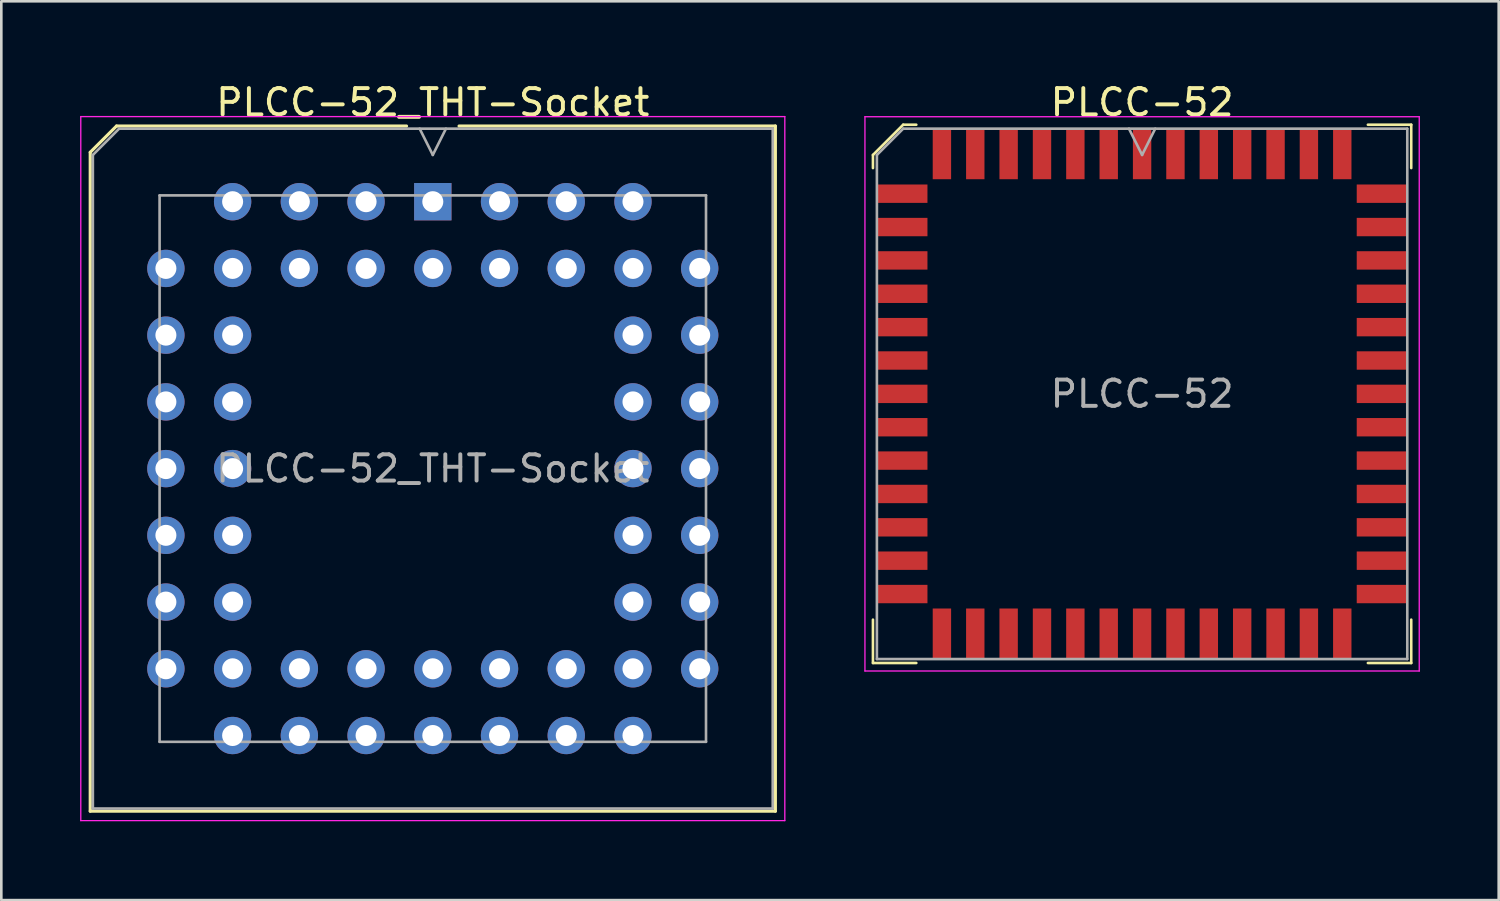
<source format=kicad_pcb>
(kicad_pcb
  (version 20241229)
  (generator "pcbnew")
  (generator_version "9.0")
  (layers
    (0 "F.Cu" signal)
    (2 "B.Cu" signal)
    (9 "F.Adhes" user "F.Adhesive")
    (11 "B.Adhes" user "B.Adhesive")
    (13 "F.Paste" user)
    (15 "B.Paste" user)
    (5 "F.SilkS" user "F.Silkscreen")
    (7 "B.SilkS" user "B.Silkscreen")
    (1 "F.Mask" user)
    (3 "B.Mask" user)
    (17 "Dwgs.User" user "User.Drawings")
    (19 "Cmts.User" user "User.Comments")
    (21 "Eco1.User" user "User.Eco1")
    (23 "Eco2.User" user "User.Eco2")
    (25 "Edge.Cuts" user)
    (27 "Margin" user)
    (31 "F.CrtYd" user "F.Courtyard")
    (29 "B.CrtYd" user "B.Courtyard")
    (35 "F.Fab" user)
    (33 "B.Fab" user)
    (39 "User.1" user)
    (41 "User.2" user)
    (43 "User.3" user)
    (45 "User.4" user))
  (footprint "PLCC-52"
    (layer "F.Cu")
    (at 40.425 11.943)
    (property "Reference" "PLCC-52" (at 0 -11.095 0) (layer "F.SilkS") (effects (font (size 1 1) (thickness 0.15))))
    (attr smd)
    (fp_line (start -10.245 -9.095) (end -10.245 -8.595) (stroke (width 0.1) (type solid)) (layer "F.SilkS"))
    (fp_line (start -10.245 10.245) (end -10.245 8.595) (stroke (width 0.1) (type solid)) (layer "F.SilkS"))
    (fp_line (start -9.095 -10.245) (end -10.245 -9.095) (stroke (width 0.1) (type solid)) (layer "F.SilkS"))
    (fp_line (start -8.595 -10.245) (end -9.095 -10.245) (stroke (width 0.1) (type solid)) (layer "F.SilkS"))
    (fp_line (start -8.595 10.245) (end -10.245 10.245) (stroke (width 0.1) (type solid)) (layer "F.SilkS"))
    (fp_line (start 8.595 -10.245) (end 10.245 -10.245) (stroke (width 0.1) (type solid)) (layer "F.SilkS"))
    (fp_line (start 8.595 10.245) (end 10.245 10.245) (stroke (width 0.1) (type solid)) (layer "F.SilkS"))
    (fp_line (start 10.245 -10.245) (end 10.245 -8.595) (stroke (width 0.1) (type solid)) (layer "F.SilkS"))
    (fp_line (start 10.245 10.245) (end 10.245 8.595) (stroke (width 0.1) (type solid)) (layer "F.SilkS"))
    (fp_line (start -10.55 -10.55) (end -10.55 10.55) (stroke (width 0.05) (type solid)) (layer "F.CrtYd"))
    (fp_line (start -10.55 10.55) (end 10.55 10.55) (stroke (width 0.05) (type solid)) (layer "F.CrtYd"))
    (fp_line (start 10.55 -10.55) (end -10.55 -10.55) (stroke (width 0.05) (type solid)) (layer "F.CrtYd"))
    (fp_line (start 10.55 10.55) (end 10.55 -10.55) (stroke (width 0.05) (type solid)) (layer "F.CrtYd"))
    (fp_line (start -10.095 -9.095) (end -10.095 10.095) (stroke (width 0.1) (type solid)) (layer "F.Fab"))
    (fp_line (start -10.095 10.095) (end 10.095 10.095) (stroke (width 0.1) (type solid)) (layer "F.Fab"))
    (fp_line (start -9.095 -10.095) (end -10.095 -9.095) (stroke (width 0.1) (type solid)) (layer "F.Fab"))
    (fp_line (start -0.5 -10.095) (end 0 -9.095) (stroke (width 0.1) (type solid)) (layer "F.Fab"))
    (fp_line (start 0 -9.095) (end 0.5 -10.095) (stroke (width 0.1) (type solid)) (layer "F.Fab"))
    (fp_line (start 10.095 -10.095) (end -9.095 -10.095) (stroke (width 0.1) (type solid)) (layer "F.Fab"))
    (fp_line (start 10.095 10.095) (end 10.095 -10.095) (stroke (width 0.1) (type solid)) (layer "F.Fab"))
    (fp_text user "${REFERENCE}" (at 0 0 0) (layer "F.Fab") (effects (font (size 1 1) (thickness 0.15))))
    (pad "1" smd rect (at 0 -9.133) (size 0.7 1.925) (layers "F.Cu" "F.Mask" "F.Paste"))
    (pad "2" smd rect (at -1.27 -9.133) (size 0.7 1.925) (layers "F.Cu" "F.Mask" "F.Paste"))
    (pad "3" smd rect (at -2.54 -9.133) (size 0.7 1.925) (layers "F.Cu" "F.Mask" "F.Paste"))
    (pad "4" smd rect (at -3.81 -9.133) (size 0.7 1.925) (layers "F.Cu" "F.Mask" "F.Paste"))
    (pad "5" smd rect (at -5.08 -9.133) (size 0.7 1.925) (layers "F.Cu" "F.Mask" "F.Paste"))
    (pad "6" smd rect (at -6.35 -9.133) (size 0.7 1.925) (layers "F.Cu" "F.Mask" "F.Paste"))
    (pad "7" smd rect (at -7.62 -9.133) (size 0.7 1.925) (layers "F.Cu" "F.Mask" "F.Paste"))
    (pad "8" smd rect (at -9.133 -7.62) (size 1.925 0.7) (layers "F.Cu" "F.Mask" "F.Paste"))
    (pad "9" smd rect (at -9.133 -6.35) (size 1.925 0.7) (layers "F.Cu" "F.Mask" "F.Paste"))
    (pad "10" smd rect (at -9.133 -5.08) (size 1.925 0.7) (layers "F.Cu" "F.Mask" "F.Paste"))
    (pad "11" smd rect (at -9.133 -3.81) (size 1.925 0.7) (layers "F.Cu" "F.Mask" "F.Paste"))
    (pad "12" smd rect (at -9.133 -2.54) (size 1.925 0.7) (layers "F.Cu" "F.Mask" "F.Paste"))
    (pad "13" smd rect (at -9.133 -1.27) (size 1.925 0.7) (layers "F.Cu" "F.Mask" "F.Paste"))
    (pad "14" smd rect (at -9.133 0) (size 1.925 0.7) (layers "F.Cu" "F.Mask" "F.Paste"))
    (pad "15" smd rect (at -9.133 1.27) (size 1.925 0.7) (layers "F.Cu" "F.Mask" "F.Paste"))
    (pad "16" smd rect (at -9.133 2.54) (size 1.925 0.7) (layers "F.Cu" "F.Mask" "F.Paste"))
    (pad "17" smd rect (at -9.133 3.81) (size 1.925 0.7) (layers "F.Cu" "F.Mask" "F.Paste"))
    (pad "18" smd rect (at -9.133 5.08) (size 1.925 0.7) (layers "F.Cu" "F.Mask" "F.Paste"))
    (pad "19" smd rect (at -9.133 6.35) (size 1.925 0.7) (layers "F.Cu" "F.Mask" "F.Paste"))
    (pad "20" smd rect (at -9.133 7.62) (size 1.925 0.7) (layers "F.Cu" "F.Mask" "F.Paste"))
    (pad "21" smd rect (at -7.62 9.133) (size 0.7 1.925) (layers "F.Cu" "F.Mask" "F.Paste"))
    (pad "22" smd rect (at -6.35 9.133) (size 0.7 1.925) (layers "F.Cu" "F.Mask" "F.Paste"))
    (pad "23" smd rect (at -5.08 9.133) (size 0.7 1.925) (layers "F.Cu" "F.Mask" "F.Paste"))
    (pad "24" smd rect (at -3.81 9.133) (size 0.7 1.925) (layers "F.Cu" "F.Mask" "F.Paste"))
    (pad "25" smd rect (at -2.54 9.133) (size 0.7 1.925) (layers "F.Cu" "F.Mask" "F.Paste"))
    (pad "26" smd rect (at -1.27 9.133) (size 0.7 1.925) (layers "F.Cu" "F.Mask" "F.Paste"))
    (pad "27" smd rect (at 0 9.133) (size 0.7 1.925) (layers "F.Cu" "F.Mask" "F.Paste"))
    (pad "28" smd rect (at 1.27 9.133) (size 0.7 1.925) (layers "F.Cu" "F.Mask" "F.Paste"))
    (pad "29" smd rect (at 2.54 9.133) (size 0.7 1.925) (layers "F.Cu" "F.Mask" "F.Paste"))
    (pad "30" smd rect (at 3.81 9.133) (size 0.7 1.925) (layers "F.Cu" "F.Mask" "F.Paste"))
    (pad "31" smd rect (at 5.08 9.133) (size 0.7 1.925) (layers "F.Cu" "F.Mask" "F.Paste"))
    (pad "32" smd rect (at 6.35 9.133) (size 0.7 1.925) (layers "F.Cu" "F.Mask" "F.Paste"))
    (pad "33" smd rect (at 7.62 9.133) (size 0.7 1.925) (layers "F.Cu" "F.Mask" "F.Paste"))
    (pad "34" smd rect (at 9.133 7.62) (size 1.925 0.7) (layers "F.Cu" "F.Mask" "F.Paste"))
    (pad "35" smd rect (at 9.133 6.35) (size 1.925 0.7) (layers "F.Cu" "F.Mask" "F.Paste"))
    (pad "36" smd rect (at 9.133 5.08) (size 1.925 0.7) (layers "F.Cu" "F.Mask" "F.Paste"))
    (pad "37" smd rect (at 9.133 3.81) (size 1.925 0.7) (layers "F.Cu" "F.Mask" "F.Paste"))
    (pad "38" smd rect (at 9.133 2.54) (size 1.925 0.7) (layers "F.Cu" "F.Mask" "F.Paste"))
    (pad "39" smd rect (at 9.133 1.27) (size 1.925 0.7) (layers "F.Cu" "F.Mask" "F.Paste"))
    (pad "40" smd rect (at 9.133 0) (size 1.925 0.7) (layers "F.Cu" "F.Mask" "F.Paste"))
    (pad "41" smd rect (at 9.133 -1.27) (size 1.925 0.7) (layers "F.Cu" "F.Mask" "F.Paste"))
    (pad "42" smd rect (at 9.133 -2.54) (size 1.925 0.7) (layers "F.Cu" "F.Mask" "F.Paste"))
    (pad "43" smd rect (at 9.133 -3.81) (size 1.925 0.7) (layers "F.Cu" "F.Mask" "F.Paste"))
    (pad "44" smd rect (at 9.133 -5.08) (size 1.925 0.7) (layers "F.Cu" "F.Mask" "F.Paste"))
    (pad "45" smd rect (at 9.133 -6.35) (size 1.925 0.7) (layers "F.Cu" "F.Mask" "F.Paste"))
    (pad "46" smd rect (at 9.133 -7.62) (size 1.925 0.7) (layers "F.Cu" "F.Mask" "F.Paste"))
    (pad "47" smd rect (at 7.62 -9.133) (size 0.7 1.925) (layers "F.Cu" "F.Mask" "F.Paste"))
    (pad "48" smd rect (at 6.35 -9.133) (size 0.7 1.925) (layers "F.Cu" "F.Mask" "F.Paste"))
    (pad "49" smd rect (at 5.08 -9.133) (size 0.7 1.925) (layers "F.Cu" "F.Mask" "F.Paste"))
    (pad "50" smd rect (at 3.81 -9.133) (size 0.7 1.925) (layers "F.Cu" "F.Mask" "F.Paste"))
    (pad "51" smd rect (at 2.54 -9.133) (size 0.7 1.925) (layers "F.Cu" "F.Mask" "F.Paste"))
    (pad "52" smd rect (at 1.27 -9.133) (size 0.7 1.925) (layers "F.Cu" "F.Mask" "F.Paste")))
  (footprint "PLCC-52_THT-Socket"
    (layer "F.Cu")
    (at 13.425 4.628)
    (property "Reference" "PLCC-52_THT-Socket" (at 0 -3.78 0) (layer "F.SilkS") (effects (font (size 1 1) (thickness 0.15))))
    (attr through_hole)
    (fp_line (start -13.04 -1.88) (end -13.04 23.2) (stroke (width 0.12) (type solid)) (layer "F.SilkS"))
    (fp_line (start -13.04 23.2) (end 13.04 23.2) (stroke (width 0.12) (type solid)) (layer "F.SilkS"))
    (fp_line (start -12.04 -2.88) (end -13.04 -1.88) (stroke (width 0.12) (type solid)) (layer "F.SilkS"))
    (fp_line (start -1 -2.88) (end -12.04 -2.88) (stroke (width 0.12) (type solid)) (layer "F.SilkS"))
    (fp_line (start 13.04 -2.88) (end 1 -2.88) (stroke (width 0.12) (type solid)) (layer "F.SilkS"))
    (fp_line (start 13.04 23.2) (end 13.04 -2.88) (stroke (width 0.12) (type solid)) (layer "F.SilkS"))
    (fp_line (start -13.4 -3.24) (end -13.4 23.56) (stroke (width 0.05) (type solid)) (layer "F.CrtYd"))
    (fp_line (start -13.4 23.56) (end 13.4 23.56) (stroke (width 0.05) (type solid)) (layer "F.CrtYd"))
    (fp_line (start 13.4 -3.24) (end -13.4 -3.24) (stroke (width 0.05) (type solid)) (layer "F.CrtYd"))
    (fp_line (start 13.4 23.56) (end 13.4 -3.24) (stroke (width 0.05) (type solid)) (layer "F.CrtYd"))
    (fp_line (start -12.94 -1.78) (end -12.94 23.1) (stroke (width 0.1) (type solid)) (layer "F.Fab"))
    (fp_line (start -12.94 23.1) (end 12.94 23.1) (stroke (width 0.1) (type solid)) (layer "F.Fab"))
    (fp_line (start -11.94 -2.78) (end -12.94 -1.78) (stroke (width 0.1) (type solid)) (layer "F.Fab"))
    (fp_line (start -10.4 -0.24) (end -10.4 20.56) (stroke (width 0.1) (type solid)) (layer "F.Fab"))
    (fp_line (start -10.4 20.56) (end 10.4 20.56) (stroke (width 0.1) (type solid)) (layer "F.Fab"))
    (fp_line (start -0.5 -2.78) (end 0 -1.78) (stroke (width 0.1) (type solid)) (layer "F.Fab"))
    (fp_line (start 0 -1.78) (end 0.5 -2.78) (stroke (width 0.1) (type solid)) (layer "F.Fab"))
    (fp_line (start 10.4 -0.24) (end -10.4 -0.24) (stroke (width 0.1) (type solid)) (layer "F.Fab"))
    (fp_line (start 10.4 20.56) (end 10.4 -0.24) (stroke (width 0.1) (type solid)) (layer "F.Fab"))
    (fp_line (start 12.94 -2.78) (end -11.94 -2.78) (stroke (width 0.1) (type solid)) (layer "F.Fab"))
    (fp_line (start 12.94 23.1) (end 12.94 -2.78) (stroke (width 0.1) (type solid)) (layer "F.Fab"))
    (fp_text user "${REFERENCE}" (at 0 10.16 0) (layer "F.Fab") (effects (font (size 1 1) (thickness 0.15))))
    (pad "1" thru_hole rect (at 0 0) (size 1.422 1.422) (drill 0.8) (layers "*.Cu" "*.Mask"))
    (pad "2" thru_hole circle (at 0 2.54) (size 1.422 1.422) (drill 0.8) (layers "*.Cu" "*.Mask"))
    (pad "3" thru_hole circle (at -2.54 0) (size 1.422 1.422) (drill 0.8) (layers "*.Cu" "*.Mask"))
    (pad "4" thru_hole circle (at -2.54 2.54) (size 1.422 1.422) (drill 0.8) (layers "*.Cu" "*.Mask"))
    (pad "5" thru_hole circle (at -5.08 0) (size 1.422 1.422) (drill 0.8) (layers "*.Cu" "*.Mask"))
    (pad "6" thru_hole circle (at -5.08 2.54) (size 1.422 1.422) (drill 0.8) (layers "*.Cu" "*.Mask"))
    (pad "7" thru_hole circle (at -7.62 0) (size 1.422 1.422) (drill 0.8) (layers "*.Cu" "*.Mask"))
    (pad "8" thru_hole circle (at -10.16 2.54) (size 1.422 1.422) (drill 0.8) (layers "*.Cu" "*.Mask"))
    (pad "9" thru_hole circle (at -7.62 2.54) (size 1.422 1.422) (drill 0.8) (layers "*.Cu" "*.Mask"))
    (pad "10" thru_hole circle (at -10.16 5.08) (size 1.422 1.422) (drill 0.8) (layers "*.Cu" "*.Mask"))
    (pad "11" thru_hole circle (at -7.62 5.08) (size 1.422 1.422) (drill 0.8) (layers "*.Cu" "*.Mask"))
    (pad "12" thru_hole circle (at -10.16 7.62) (size 1.422 1.422) (drill 0.8) (layers "*.Cu" "*.Mask"))
    (pad "13" thru_hole circle (at -7.62 7.62) (size 1.422 1.422) (drill 0.8) (layers "*.Cu" "*.Mask"))
    (pad "14" thru_hole circle (at -10.16 10.16) (size 1.422 1.422) (drill 0.8) (layers "*.Cu" "*.Mask"))
    (pad "15" thru_hole circle (at -7.62 10.16) (size 1.422 1.422) (drill 0.8) (layers "*.Cu" "*.Mask"))
    (pad "16" thru_hole circle (at -10.16 12.7) (size 1.422 1.422) (drill 0.8) (layers "*.Cu" "*.Mask"))
    (pad "17" thru_hole circle (at -7.62 12.7) (size 1.422 1.422) (drill 0.8) (layers "*.Cu" "*.Mask"))
    (pad "18" thru_hole circle (at -10.16 15.24) (size 1.422 1.422) (drill 0.8) (layers "*.Cu" "*.Mask"))
    (pad "19" thru_hole circle (at -7.62 15.24) (size 1.422 1.422) (drill 0.8) (layers "*.Cu" "*.Mask"))
    (pad "20" thru_hole circle (at -10.16 17.78) (size 1.422 1.422) (drill 0.8) (layers "*.Cu" "*.Mask"))
    (pad "21" thru_hole circle (at -7.62 20.32) (size 1.422 1.422) (drill 0.8) (layers "*.Cu" "*.Mask"))
    (pad "22" thru_hole circle (at -7.62 17.78) (size 1.422 1.422) (drill 0.8) (layers "*.Cu" "*.Mask"))
    (pad "23" thru_hole circle (at -5.08 20.32) (size 1.422 1.422) (drill 0.8) (layers "*.Cu" "*.Mask"))
    (pad "24" thru_hole circle (at -5.08 17.78) (size 1.422 1.422) (drill 0.8) (layers "*.Cu" "*.Mask"))
    (pad "25" thru_hole circle (at -2.54 20.32) (size 1.422 1.422) (drill 0.8) (layers "*.Cu" "*.Mask"))
    (pad "26" thru_hole circle (at -2.54 17.78) (size 1.422 1.422) (drill 0.8) (layers "*.Cu" "*.Mask"))
    (pad "27" thru_hole circle (at 0 20.32) (size 1.422 1.422) (drill 0.8) (layers "*.Cu" "*.Mask"))
    (pad "28" thru_hole circle (at 0 17.78) (size 1.422 1.422) (drill 0.8) (layers "*.Cu" "*.Mask"))
    (pad "29" thru_hole circle (at 2.54 20.32) (size 1.422 1.422) (drill 0.8) (layers "*.Cu" "*.Mask"))
    (pad "30" thru_hole circle (at 2.54 17.78) (size 1.422 1.422) (drill 0.8) (layers "*.Cu" "*.Mask"))
    (pad "31" thru_hole circle (at 5.08 20.32) (size 1.422 1.422) (drill 0.8) (layers "*.Cu" "*.Mask"))
    (pad "32" thru_hole circle (at 5.08 17.78) (size 1.422 1.422) (drill 0.8) (layers "*.Cu" "*.Mask"))
    (pad "33" thru_hole circle (at 7.62 20.32) (size 1.422 1.422) (drill 0.8) (layers "*.Cu" "*.Mask"))
    (pad "34" thru_hole circle (at 10.16 17.78) (size 1.422 1.422) (drill 0.8) (layers "*.Cu" "*.Mask"))
    (pad "35" thru_hole circle (at 7.62 17.78) (size 1.422 1.422) (drill 0.8) (layers "*.Cu" "*.Mask"))
    (pad "36" thru_hole circle (at 10.16 15.24) (size 1.422 1.422) (drill 0.8) (layers "*.Cu" "*.Mask"))
    (pad "37" thru_hole circle (at 7.62 15.24) (size 1.422 1.422) (drill 0.8) (layers "*.Cu" "*.Mask"))
    (pad "38" thru_hole circle (at 10.16 12.7) (size 1.422 1.422) (drill 0.8) (layers "*.Cu" "*.Mask"))
    (pad "39" thru_hole circle (at 7.62 12.7) (size 1.422 1.422) (drill 0.8) (layers "*.Cu" "*.Mask"))
    (pad "40" thru_hole circle (at 10.16 10.16) (size 1.422 1.422) (drill 0.8) (layers "*.Cu" "*.Mask"))
    (pad "41" thru_hole circle (at 7.62 10.16) (size 1.422 1.422) (drill 0.8) (layers "*.Cu" "*.Mask"))
    (pad "42" thru_hole circle (at 10.16 7.62) (size 1.422 1.422) (drill 0.8) (layers "*.Cu" "*.Mask"))
    (pad "43" thru_hole circle (at 7.62 7.62) (size 1.422 1.422) (drill 0.8) (layers "*.Cu" "*.Mask"))
    (pad "44" thru_hole circle (at 10.16 5.08) (size 1.422 1.422) (drill 0.8) (layers "*.Cu" "*.Mask"))
    (pad "45" thru_hole circle (at 7.62 5.08) (size 1.422 1.422) (drill 0.8) (layers "*.Cu" "*.Mask"))
    (pad "46" thru_hole circle (at 10.16 2.54) (size 1.422 1.422) (drill 0.8) (layers "*.Cu" "*.Mask"))
    (pad "47" thru_hole circle (at 7.62 0) (size 1.422 1.422) (drill 0.8) (layers "*.Cu" "*.Mask"))
    (pad "48" thru_hole circle (at 7.62 2.54) (size 1.422 1.422) (drill 0.8) (layers "*.Cu" "*.Mask"))
    (pad "49" thru_hole circle (at 5.08 0) (size 1.422 1.422) (drill 0.8) (layers "*.Cu" "*.Mask"))
    (pad "50" thru_hole circle (at 5.08 2.54) (size 1.422 1.422) (drill 0.8) (layers "*.Cu" "*.Mask"))
    (pad "51" thru_hole circle (at 2.54 0) (size 1.422 1.422) (drill 0.8) (layers "*.Cu" "*.Mask"))
    (pad "52" thru_hole circle (at 2.54 2.54) (size 1.422 1.422) (drill 0.8) (layers "*.Cu" "*.Mask")))
  (gr_rect
    (start -3 -3)
    (end 54 31.213)
    (stroke (width 0.1) (type default))
    (fill no)
    (layer "Edge.Cuts")))
</source>
